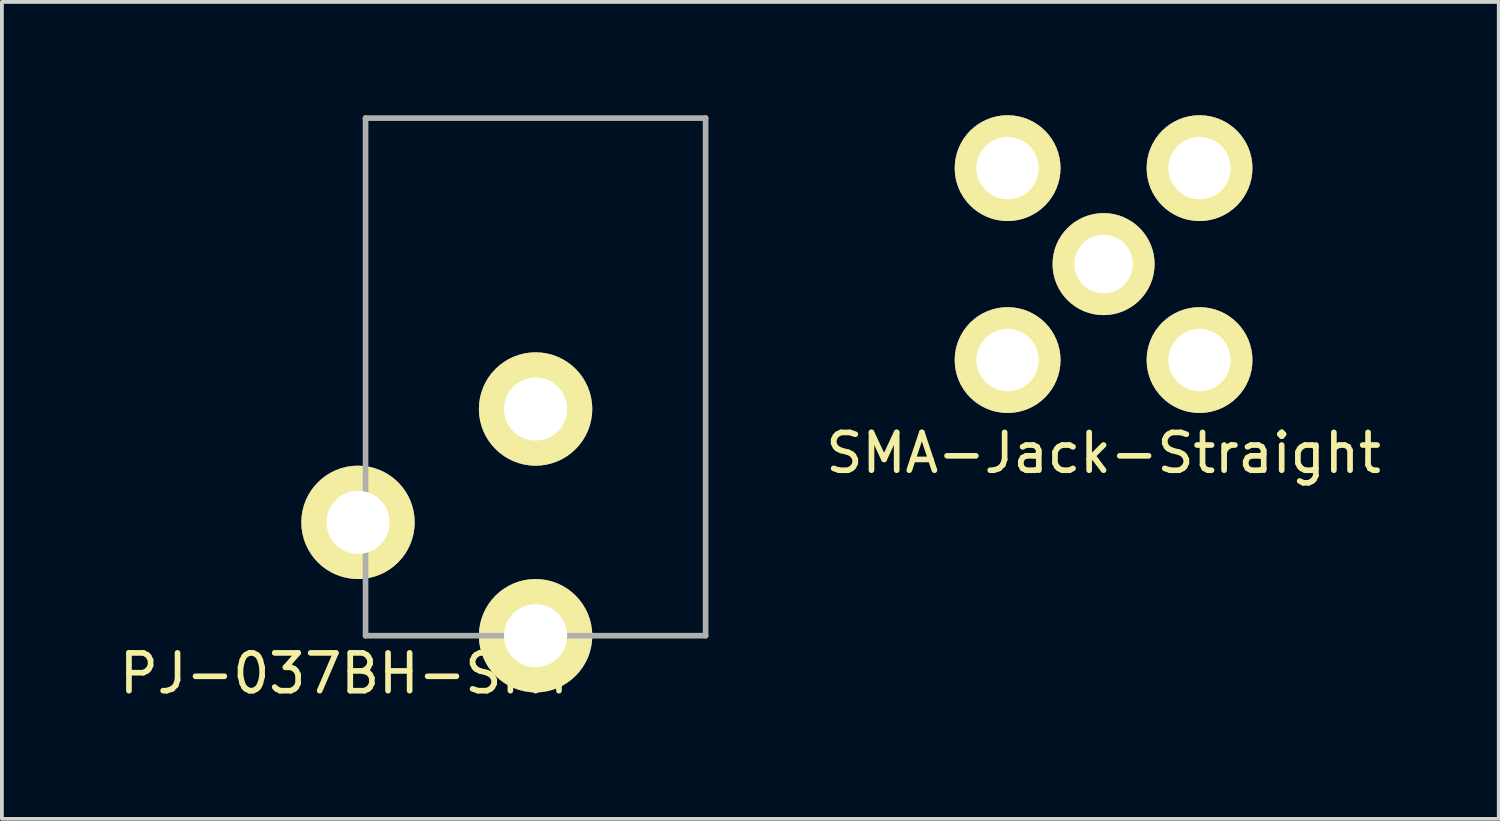
<source format=kicad_pcb>
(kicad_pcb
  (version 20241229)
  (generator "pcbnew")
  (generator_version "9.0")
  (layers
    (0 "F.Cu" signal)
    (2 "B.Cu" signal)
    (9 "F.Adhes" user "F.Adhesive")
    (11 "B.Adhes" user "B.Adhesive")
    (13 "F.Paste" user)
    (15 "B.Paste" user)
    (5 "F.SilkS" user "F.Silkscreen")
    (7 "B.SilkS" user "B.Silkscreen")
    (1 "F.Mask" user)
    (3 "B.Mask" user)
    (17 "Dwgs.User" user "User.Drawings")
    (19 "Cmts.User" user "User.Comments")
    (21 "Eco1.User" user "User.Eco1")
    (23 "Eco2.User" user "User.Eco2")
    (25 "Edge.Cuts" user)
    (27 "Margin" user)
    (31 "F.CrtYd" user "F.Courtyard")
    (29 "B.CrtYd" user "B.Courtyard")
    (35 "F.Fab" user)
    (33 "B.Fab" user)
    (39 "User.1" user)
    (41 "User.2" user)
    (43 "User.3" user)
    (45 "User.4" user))
  (footprint "PJ-037BH-SMT"
    (layer "F.Cu")
    (at 11.125 10.775)
    (property "Reference" "PJ-037BH-SMT" (at -5 4 0) (layer "F.SilkS") (effects (font (size 1 1) (thickness 0.15))))
    (attr through_hole)
    (fp_line (start -4.5 -10.7) (end -4.5 3) (stroke (width 0.15) (type solid)) (layer "F.Fab"))
    (fp_line (start -4.5 -10.7) (end 4.5 -10.7) (stroke (width 0.15) (type solid)) (layer "F.Fab"))
    (fp_line (start -4.5 3) (end 4.5 3) (stroke (width 0.15) (type solid)) (layer "F.Fab"))
    (fp_line (start 4.5 -10.7) (end 4.5 3) (stroke (width 0.15) (type solid)) (layer "F.Fab"))
    (pad "1" thru_hole circle (at 0 3) (size 3 3) (drill 1.67) (layers "*.Cu" "*.Mask" "F.SilkS"))
    (pad "2" thru_hole circle (at 0 -3) (size 3 3) (drill 1.67) (layers "*.Cu" "*.Mask" "F.SilkS"))
    (pad "3" thru_hole circle (at -4.7 0) (size 3 3) (drill 1.67) (layers "*.Cu" "*.Mask" "F.SilkS")))
  (footprint "SMA-Jack-Straight"
    (layer "F.Cu")
    (at 26.158 3.94)
    (property "Reference" "SMA-Jack-Straight" (at 0 5 0) (layer "F.SilkS") (effects (font (size 1 1) (thickness 0.15))))
    (attr through_hole)
    (pad "" thru_hole circle (at -2.54 -2.54) (size 2.8 2.8) (drill 1.65) (layers "*.Cu" "*.Mask" "F.SilkS"))
    (pad "" thru_hole circle (at -2.54 2.54) (size 2.8 2.8) (drill 1.65) (layers "*.Cu" "*.Mask" "F.SilkS"))
    (pad "" thru_hole circle (at 0 0) (size 2.7 2.7) (drill 1.55) (layers "*.Cu" "*.Mask" "F.SilkS"))
    (pad "" thru_hole circle (at 2.54 -2.54) (size 2.8 2.8) (drill 1.65) (layers "*.Cu" "*.Mask" "F.SilkS"))
    (pad "" thru_hole circle (at 2.54 2.54) (size 2.8 2.8) (drill 1.65) (layers "*.Cu" "*.Mask" "F.SilkS")))
  (gr_rect
    (start -3 -3)
    (end 36.617 18.623)
    (stroke (width 0.1) (type default))
    (fill no)
    (layer "Edge.Cuts")))
</source>
